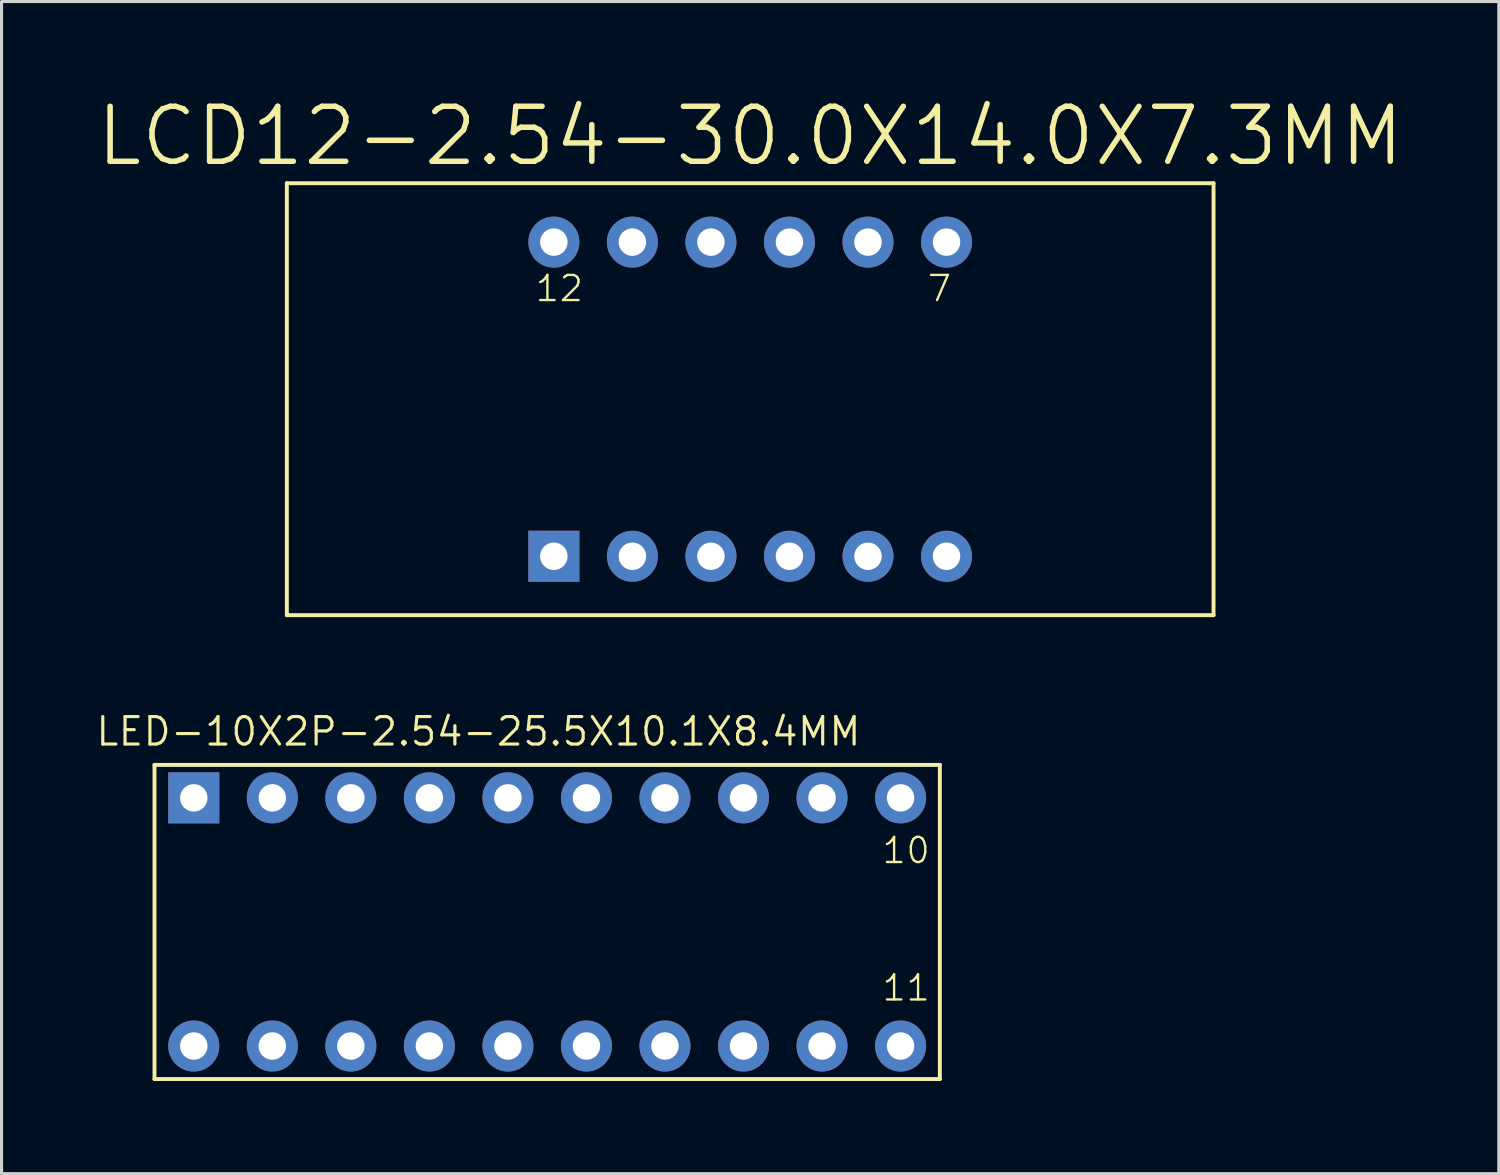
<source format=kicad_pcb>
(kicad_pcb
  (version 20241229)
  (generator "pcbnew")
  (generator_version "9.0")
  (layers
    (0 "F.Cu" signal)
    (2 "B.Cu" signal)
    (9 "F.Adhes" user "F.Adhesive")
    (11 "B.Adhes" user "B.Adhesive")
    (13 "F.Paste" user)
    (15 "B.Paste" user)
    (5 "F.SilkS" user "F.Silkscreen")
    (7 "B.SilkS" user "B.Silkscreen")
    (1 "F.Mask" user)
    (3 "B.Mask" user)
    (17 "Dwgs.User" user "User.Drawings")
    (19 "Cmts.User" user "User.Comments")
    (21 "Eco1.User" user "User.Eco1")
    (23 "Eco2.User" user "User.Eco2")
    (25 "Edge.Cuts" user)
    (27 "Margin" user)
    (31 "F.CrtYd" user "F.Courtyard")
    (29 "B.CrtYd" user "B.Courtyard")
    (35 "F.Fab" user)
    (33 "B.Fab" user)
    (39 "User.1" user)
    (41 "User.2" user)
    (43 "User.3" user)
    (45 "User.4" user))
  (footprint "LCD12-2.54-30.0X14.0X7.3MM"
    (layer "F.Cu")
    (at 21.213 9.861)
    (property "Reference" "LCD12-2.54-30.0X14.0X7.3MM" (at 0 -8.509 0) (layer "F.SilkS") (effects (font (size 1.778 1.778) (thickness 0.178))))
    (attr exclude_from_pos_files exclude_from_bom)
    (fp_line (start -14.986 -6.985) (end 14.986 -6.985) (stroke (width 0.066) (type solid)) (layer "F.SilkS"))
    (fp_line (start -14.986 -6.985) (end 14.986 -6.985) (stroke (width 0.127) (type solid)) (layer "F.SilkS"))
    (fp_line (start -14.986 6.985) (end -14.986 -6.985) (stroke (width 0.066) (type solid)) (layer "F.SilkS"))
    (fp_line (start -14.986 6.985) (end -14.986 -6.985) (stroke (width 0.127) (type solid)) (layer "F.SilkS"))
    (fp_line (start -14.986 6.985) (end 14.986 6.985) (stroke (width 0.066) (type solid)) (layer "F.SilkS"))
    (fp_line (start 14.986 -6.985) (end 14.986 6.985) (stroke (width 0.127) (type solid)) (layer "F.SilkS"))
    (fp_line (start 14.986 6.985) (end -14.986 6.985) (stroke (width 0.127) (type solid)) (layer "F.SilkS"))
    (fp_line (start 14.986 6.985) (end 14.986 -6.985) (stroke (width 0.066) (type solid)) (layer "F.SilkS"))
    (fp_text user "12" (at -6.172 -3.579 0) (layer "F.SilkS") (effects (font (size 0.813 0.813) (thickness 0.076))))
    (fp_text user "7" (at 6.121 -3.579 0) (layer "F.SilkS") (effects (font (size 0.813 0.813) (thickness 0.076))))
    (pad "1" thru_hole rect (at -6.35 5.08) (size 1.651 1.651) (drill 0.889) (layers "*.Cu" "*.Paste" "*.Mask"))
    (pad "2" thru_hole circle (at -3.81 5.08) (size 1.651 1.651) (drill 0.889) (layers "*.Cu" "*.Paste" "*.Mask"))
    (pad "3" thru_hole circle (at -1.27 5.08) (size 1.651 1.651) (drill 0.889) (layers "*.Cu" "*.Paste" "*.Mask"))
    (pad "4" thru_hole circle (at 1.27 5.08) (size 1.651 1.651) (drill 0.889) (layers "*.Cu" "*.Paste" "*.Mask"))
    (pad "5" thru_hole circle (at 3.81 5.08) (size 1.651 1.651) (drill 0.889) (layers "*.Cu" "*.Paste" "*.Mask"))
    (pad "6" thru_hole circle (at 6.35 5.08) (size 1.651 1.651) (drill 0.889) (layers "*.Cu" "*.Paste" "*.Mask"))
    (pad "7" thru_hole circle (at 6.35 -5.08) (size 1.651 1.651) (drill 0.889) (layers "*.Cu" "*.Paste" "*.Mask"))
    (pad "8" thru_hole circle (at 3.81 -5.08) (size 1.651 1.651) (drill 0.889) (layers "*.Cu" "*.Paste" "*.Mask"))
    (pad "9" thru_hole circle (at 1.27 -5.08) (size 1.651 1.651) (drill 0.889) (layers "*.Cu" "*.Paste" "*.Mask"))
    (pad "10" thru_hole circle (at -1.27 -5.08) (size 1.651 1.651) (drill 0.889) (layers "*.Cu" "*.Paste" "*.Mask"))
    (pad "11" thru_hole circle (at -3.81 -5.08) (size 1.651 1.651) (drill 0.889) (layers "*.Cu" "*.Paste" "*.Mask"))
    (pad "12" thru_hole circle (at -6.35 -5.08) (size 1.651 1.651) (drill 0.889) (layers "*.Cu" "*.Paste" "*.Mask")))
  (footprint "LED-10X2P-2.54-25.5X10.1X8.4MM"
    (layer "F.Cu")
    (at 14.647 26.768)
    (property "Reference" "LED-10X2P-2.54-25.5X10.1X8.4MM" (at -2.223 -6.16 0) (layer "F.SilkS") (effects (font (size 0.889 0.889) (thickness 0.102))))
    (attr exclude_from_pos_files exclude_from_bom)
    (fp_line (start -12.7 -5.08) (end 12.7 -5.08) (stroke (width 0.066) (type solid)) (layer "F.SilkS"))
    (fp_line (start -12.7 -5.08) (end 12.7 -5.08) (stroke (width 0.127) (type solid)) (layer "F.SilkS"))
    (fp_line (start -12.7 5.08) (end -12.7 -5.08) (stroke (width 0.066) (type solid)) (layer "F.SilkS"))
    (fp_line (start -12.7 5.08) (end -12.7 -5.08) (stroke (width 0.127) (type solid)) (layer "F.SilkS"))
    (fp_line (start -12.7 5.08) (end 12.7 5.08) (stroke (width 0.066) (type solid)) (layer "F.SilkS"))
    (fp_line (start 12.7 -5.08) (end 12.7 5.08) (stroke (width 0.127) (type solid)) (layer "F.SilkS"))
    (fp_line (start 12.7 5.08) (end -12.7 5.08) (stroke (width 0.127) (type solid)) (layer "F.SilkS"))
    (fp_line (start 12.7 5.08) (end 12.7 -5.08) (stroke (width 0.066) (type solid)) (layer "F.SilkS"))
    (fp_text user "11" (at 11.608 2.134 0) (layer "F.SilkS") (effects (font (size 0.813 0.813) (thickness 0.076))))
    (fp_text user "10" (at 11.608 -2.311 0) (layer "F.SilkS") (effects (font (size 0.813 0.813) (thickness 0.076))))
    (pad "1" thru_hole rect (at -11.43 -4.013) (size 1.651 1.651) (drill 0.889) (layers "*.Cu" "*.Paste" "*.Mask"))
    (pad "2" thru_hole circle (at -8.89 -4.013) (size 1.651 1.651) (drill 0.889) (layers "*.Cu" "*.Paste" "*.Mask"))
    (pad "3" thru_hole circle (at -6.35 -4.013) (size 1.651 1.651) (drill 0.889) (layers "*.Cu" "*.Paste" "*.Mask"))
    (pad "4" thru_hole circle (at -3.81 -4.013) (size 1.651 1.651) (drill 0.889) (layers "*.Cu" "*.Paste" "*.Mask"))
    (pad "5" thru_hole circle (at -1.27 -4.013) (size 1.651 1.651) (drill 0.889) (layers "*.Cu" "*.Paste" "*.Mask"))
    (pad "6" thru_hole circle (at 1.27 -4.013) (size 1.651 1.651) (drill 0.889) (layers "*.Cu" "*.Paste" "*.Mask"))
    (pad "7" thru_hole circle (at 3.81 -4.013) (size 1.651 1.651) (drill 0.889) (layers "*.Cu" "*.Paste" "*.Mask"))
    (pad "8" thru_hole circle (at 6.35 -4.013) (size 1.651 1.651) (drill 0.889) (layers "*.Cu" "*.Paste" "*.Mask"))
    (pad "9" thru_hole circle (at 8.89 -4.013) (size 1.651 1.651) (drill 0.889) (layers "*.Cu" "*.Paste" "*.Mask"))
    (pad "10" thru_hole circle (at 11.43 -4.013) (size 1.651 1.651) (drill 0.889) (layers "*.Cu" "*.Paste" "*.Mask"))
    (pad "11" thru_hole circle (at 11.43 4.013) (size 1.651 1.651) (drill 0.889) (layers "*.Cu" "*.Paste" "*.Mask"))
    (pad "12" thru_hole circle (at 8.89 4.013) (size 1.651 1.651) (drill 0.889) (layers "*.Cu" "*.Paste" "*.Mask"))
    (pad "13" thru_hole circle (at 6.35 4.013) (size 1.651 1.651) (drill 0.889) (layers "*.Cu" "*.Paste" "*.Mask"))
    (pad "14" thru_hole circle (at 3.81 4.013) (size 1.651 1.651) (drill 0.889) (layers "*.Cu" "*.Paste" "*.Mask"))
    (pad "15" thru_hole circle (at 1.27 4.013) (size 1.651 1.651) (drill 0.889) (layers "*.Cu" "*.Paste" "*.Mask"))
    (pad "16" thru_hole circle (at -1.27 4.013) (size 1.651 1.651) (drill 0.889) (layers "*.Cu" "*.Paste" "*.Mask"))
    (pad "17" thru_hole circle (at -3.81 4.013) (size 1.651 1.651) (drill 0.889) (layers "*.Cu" "*.Paste" "*.Mask"))
    (pad "18" thru_hole circle (at -6.35 4.013) (size 1.651 1.651) (drill 0.889) (layers "*.Cu" "*.Paste" "*.Mask"))
    (pad "19" thru_hole circle (at -8.89 4.013) (size 1.651 1.651) (drill 0.889) (layers "*.Cu" "*.Paste" "*.Mask"))
    (pad "20" thru_hole circle (at -11.43 4.013) (size 1.651 1.651) (drill 0.889) (layers "*.Cu" "*.Paste" "*.Mask")))
  (gr_rect
    (start -3 -3)
    (end 45.426 34.911)
    (stroke (width 0.1) (type default))
    (fill no)
    (layer "Edge.Cuts")))
</source>
